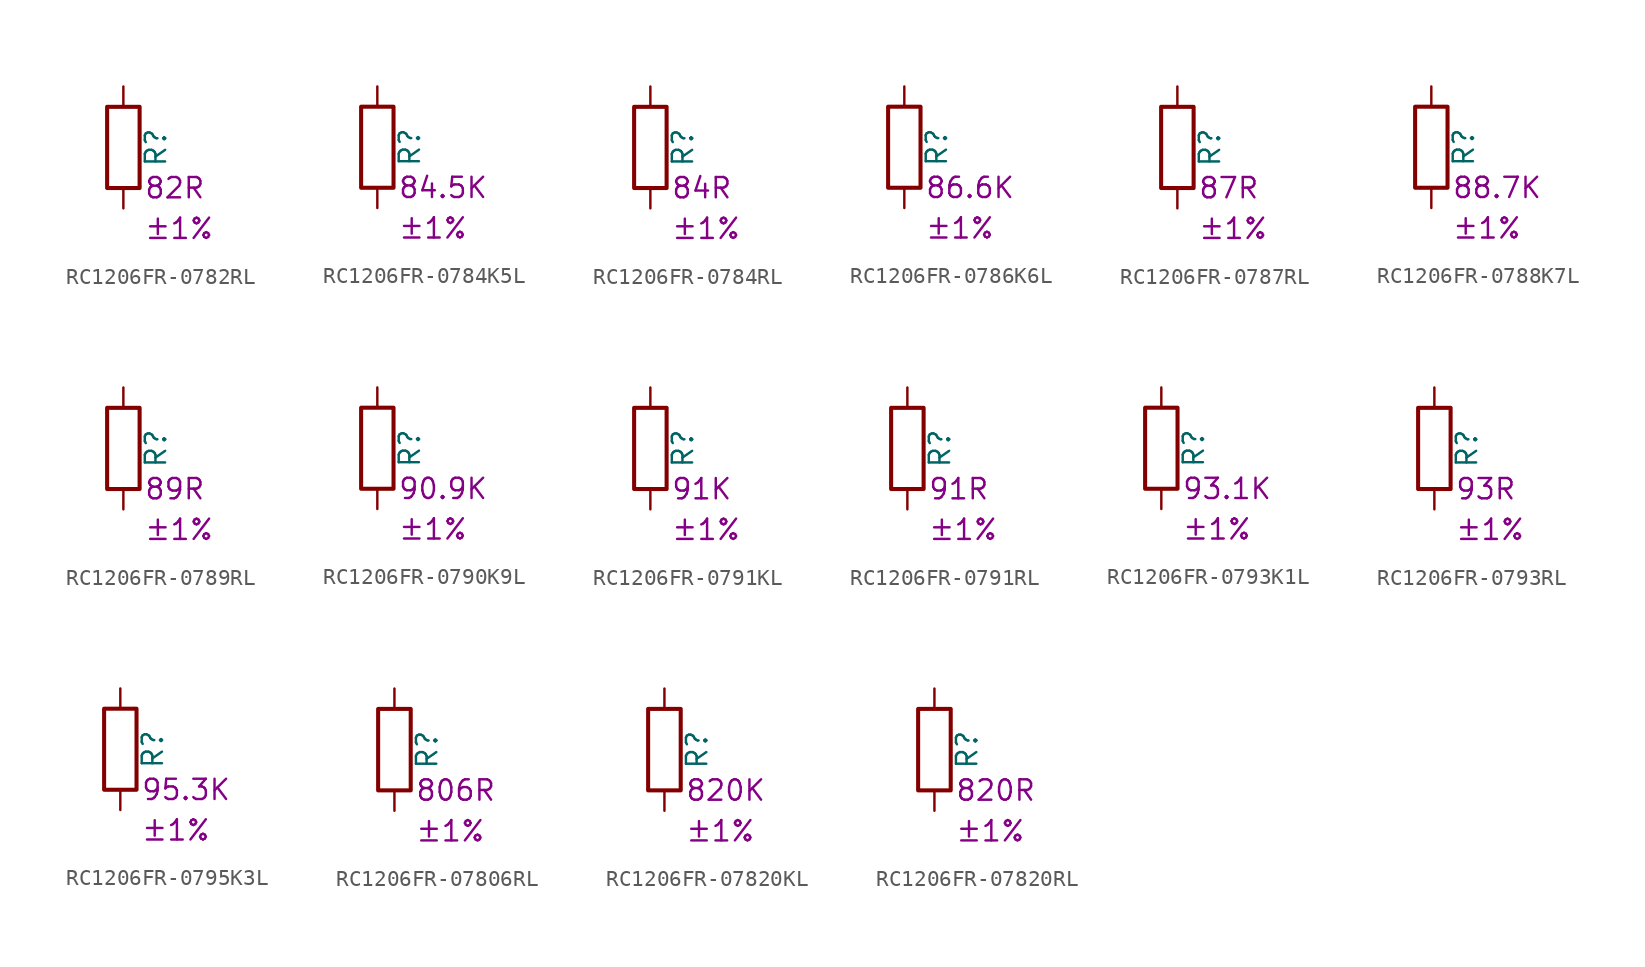
<source format=kicad_sym>
(kicad_symbol_lib
  (version 20220914)
  (generator kicad_symbol_editor)
  (symbol "RC1206FR-0782RL"
    (pin_numbers hide)
    (pin_names
      (offset 0))
    (property "Reference" "R"
      (at 2.032 0 90)
      (effects (font (size 1.27 1.27))))
    (property "Resistance" "82R"
      (at 1.27 -2.54 0)
      (effects (font (size 1.27 1.27)) (justify left)))
    (property "Tolerance" "±1%"
      (at 1.27 -5.08 0)
      (effects (font (size 1.27 1.27)) (justify left)))
    (symbol "RC1206FR-0782RL_0_1"
      (rectangle (start -1.016 -2.54) (end 1.016 2.54) (stroke (width 0.254) (type default)) (fill (type none))))
    (symbol "RC1206FR-0782RL_1_1"
      (pin passive line (at 0 3.81 270) (length 1.27) (name "~" (effects (font (size 1.27 1.27)))) (number "1" (effects (font (size 1.27 1.27)))))
      (pin passive line (at 0 -3.81 90) (length 1.27) (name "~" (effects (font (size 1.27 1.27)))) (number "2" (effects (font (size 1.27 1.27)))))))
  (symbol "RC1206FR-0784K5L"
    (pin_numbers hide)
    (pin_names
      (offset 0))
    (property "Reference" "R"
      (at 2.032 0 90)
      (effects (font (size 1.27 1.27))))
    (property "Resistance" "84.5K"
      (at 1.27 -2.54 0)
      (effects (font (size 1.27 1.27)) (justify left)))
    (property "Tolerance" "±1%"
      (at 1.27 -5.08 0)
      (effects (font (size 1.27 1.27)) (justify left)))
    (symbol "RC1206FR-0784K5L_0_1"
      (rectangle (start -1.016 -2.54) (end 1.016 2.54) (stroke (width 0.254) (type default)) (fill (type none))))
    (symbol "RC1206FR-0784K5L_1_1"
      (pin passive line (at 0 3.81 270) (length 1.27) (name "~" (effects (font (size 1.27 1.27)))) (number "1" (effects (font (size 1.27 1.27)))))
      (pin passive line (at 0 -3.81 90) (length 1.27) (name "~" (effects (font (size 1.27 1.27)))) (number "2" (effects (font (size 1.27 1.27)))))))
  (symbol "RC1206FR-0784RL"
    (pin_numbers hide)
    (pin_names
      (offset 0))
    (property "Reference" "R"
      (at 2.032 0 90)
      (effects (font (size 1.27 1.27))))
    (property "Resistance" "84R"
      (at 1.27 -2.54 0)
      (effects (font (size 1.27 1.27)) (justify left)))
    (property "Tolerance" "±1%"
      (at 1.27 -5.08 0)
      (effects (font (size 1.27 1.27)) (justify left)))
    (symbol "RC1206FR-0784RL_0_1"
      (rectangle (start -1.016 -2.54) (end 1.016 2.54) (stroke (width 0.254) (type default)) (fill (type none))))
    (symbol "RC1206FR-0784RL_1_1"
      (pin passive line (at 0 3.81 270) (length 1.27) (name "~" (effects (font (size 1.27 1.27)))) (number "1" (effects (font (size 1.27 1.27)))))
      (pin passive line (at 0 -3.81 90) (length 1.27) (name "~" (effects (font (size 1.27 1.27)))) (number "2" (effects (font (size 1.27 1.27)))))))
  (symbol "RC1206FR-0786K6L"
    (pin_numbers hide)
    (pin_names
      (offset 0))
    (property "Reference" "R"
      (at 2.032 0 90)
      (effects (font (size 1.27 1.27))))
    (property "Resistance" "86.6K"
      (at 1.27 -2.54 0)
      (effects (font (size 1.27 1.27)) (justify left)))
    (property "Tolerance" "±1%"
      (at 1.27 -5.08 0)
      (effects (font (size 1.27 1.27)) (justify left)))
    (symbol "RC1206FR-0786K6L_0_1"
      (rectangle (start -1.016 -2.54) (end 1.016 2.54) (stroke (width 0.254) (type default)) (fill (type none))))
    (symbol "RC1206FR-0786K6L_1_1"
      (pin passive line (at 0 3.81 270) (length 1.27) (name "~" (effects (font (size 1.27 1.27)))) (number "1" (effects (font (size 1.27 1.27)))))
      (pin passive line (at 0 -3.81 90) (length 1.27) (name "~" (effects (font (size 1.27 1.27)))) (number "2" (effects (font (size 1.27 1.27)))))))
  (symbol "RC1206FR-0787RL"
    (pin_numbers hide)
    (pin_names
      (offset 0))
    (property "Reference" "R"
      (at 2.032 0 90)
      (effects (font (size 1.27 1.27))))
    (property "Resistance" "87R"
      (at 1.27 -2.54 0)
      (effects (font (size 1.27 1.27)) (justify left)))
    (property "Tolerance" "±1%"
      (at 1.27 -5.08 0)
      (effects (font (size 1.27 1.27)) (justify left)))
    (symbol "RC1206FR-0787RL_0_1"
      (rectangle (start -1.016 -2.54) (end 1.016 2.54) (stroke (width 0.254) (type default)) (fill (type none))))
    (symbol "RC1206FR-0787RL_1_1"
      (pin passive line (at 0 3.81 270) (length 1.27) (name "~" (effects (font (size 1.27 1.27)))) (number "1" (effects (font (size 1.27 1.27)))))
      (pin passive line (at 0 -3.81 90) (length 1.27) (name "~" (effects (font (size 1.27 1.27)))) (number "2" (effects (font (size 1.27 1.27)))))))
  (symbol "RC1206FR-0788K7L"
    (pin_numbers hide)
    (pin_names
      (offset 0))
    (property "Reference" "R"
      (at 2.032 0 90)
      (effects (font (size 1.27 1.27))))
    (property "Resistance" "88.7K"
      (at 1.27 -2.54 0)
      (effects (font (size 1.27 1.27)) (justify left)))
    (property "Tolerance" "±1%"
      (at 1.27 -5.08 0)
      (effects (font (size 1.27 1.27)) (justify left)))
    (symbol "RC1206FR-0788K7L_0_1"
      (rectangle (start -1.016 -2.54) (end 1.016 2.54) (stroke (width 0.254) (type default)) (fill (type none))))
    (symbol "RC1206FR-0788K7L_1_1"
      (pin passive line (at 0 3.81 270) (length 1.27) (name "~" (effects (font (size 1.27 1.27)))) (number "1" (effects (font (size 1.27 1.27)))))
      (pin passive line (at 0 -3.81 90) (length 1.27) (name "~" (effects (font (size 1.27 1.27)))) (number "2" (effects (font (size 1.27 1.27)))))))
  (symbol "RC1206FR-0789RL"
    (pin_numbers hide)
    (pin_names
      (offset 0))
    (property "Reference" "R"
      (at 2.032 0 90)
      (effects (font (size 1.27 1.27))))
    (property "Resistance" "89R"
      (at 1.27 -2.54 0)
      (effects (font (size 1.27 1.27)) (justify left)))
    (property "Tolerance" "±1%"
      (at 1.27 -5.08 0)
      (effects (font (size 1.27 1.27)) (justify left)))
    (symbol "RC1206FR-0789RL_0_1"
      (rectangle (start -1.016 -2.54) (end 1.016 2.54) (stroke (width 0.254) (type default)) (fill (type none))))
    (symbol "RC1206FR-0789RL_1_1"
      (pin passive line (at 0 3.81 270) (length 1.27) (name "~" (effects (font (size 1.27 1.27)))) (number "1" (effects (font (size 1.27 1.27)))))
      (pin passive line (at 0 -3.81 90) (length 1.27) (name "~" (effects (font (size 1.27 1.27)))) (number "2" (effects (font (size 1.27 1.27)))))))
  (symbol "RC1206FR-0790K9L"
    (pin_numbers hide)
    (pin_names
      (offset 0))
    (property "Reference" "R"
      (at 2.032 0 90)
      (effects (font (size 1.27 1.27))))
    (property "Resistance" "90.9K"
      (at 1.27 -2.54 0)
      (effects (font (size 1.27 1.27)) (justify left)))
    (property "Tolerance" "±1%"
      (at 1.27 -5.08 0)
      (effects (font (size 1.27 1.27)) (justify left)))
    (symbol "RC1206FR-0790K9L_0_1"
      (rectangle (start -1.016 -2.54) (end 1.016 2.54) (stroke (width 0.254) (type default)) (fill (type none))))
    (symbol "RC1206FR-0790K9L_1_1"
      (pin passive line (at 0 3.81 270) (length 1.27) (name "~" (effects (font (size 1.27 1.27)))) (number "1" (effects (font (size 1.27 1.27)))))
      (pin passive line (at 0 -3.81 90) (length 1.27) (name "~" (effects (font (size 1.27 1.27)))) (number "2" (effects (font (size 1.27 1.27)))))))
  (symbol "RC1206FR-0791KL"
    (pin_numbers hide)
    (pin_names
      (offset 0))
    (property "Reference" "R"
      (at 2.032 0 90)
      (effects (font (size 1.27 1.27))))
    (property "Resistance" "91K"
      (at 1.27 -2.54 0)
      (effects (font (size 1.27 1.27)) (justify left)))
    (property "Tolerance" "±1%"
      (at 1.27 -5.08 0)
      (effects (font (size 1.27 1.27)) (justify left)))
    (symbol "RC1206FR-0791KL_0_1"
      (rectangle (start -1.016 -2.54) (end 1.016 2.54) (stroke (width 0.254) (type default)) (fill (type none))))
    (symbol "RC1206FR-0791KL_1_1"
      (pin passive line (at 0 3.81 270) (length 1.27) (name "~" (effects (font (size 1.27 1.27)))) (number "1" (effects (font (size 1.27 1.27)))))
      (pin passive line (at 0 -3.81 90) (length 1.27) (name "~" (effects (font (size 1.27 1.27)))) (number "2" (effects (font (size 1.27 1.27)))))))
  (symbol "RC1206FR-0791RL"
    (pin_numbers hide)
    (pin_names
      (offset 0))
    (property "Reference" "R"
      (at 2.032 0 90)
      (effects (font (size 1.27 1.27))))
    (property "Resistance" "91R"
      (at 1.27 -2.54 0)
      (effects (font (size 1.27 1.27)) (justify left)))
    (property "Tolerance" "±1%"
      (at 1.27 -5.08 0)
      (effects (font (size 1.27 1.27)) (justify left)))
    (symbol "RC1206FR-0791RL_0_1"
      (rectangle (start -1.016 -2.54) (end 1.016 2.54) (stroke (width 0.254) (type default)) (fill (type none))))
    (symbol "RC1206FR-0791RL_1_1"
      (pin passive line (at 0 3.81 270) (length 1.27) (name "~" (effects (font (size 1.27 1.27)))) (number "1" (effects (font (size 1.27 1.27)))))
      (pin passive line (at 0 -3.81 90) (length 1.27) (name "~" (effects (font (size 1.27 1.27)))) (number "2" (effects (font (size 1.27 1.27)))))))
  (symbol "RC1206FR-0793K1L"
    (pin_numbers hide)
    (pin_names
      (offset 0))
    (property "Reference" "R"
      (at 2.032 0 90)
      (effects (font (size 1.27 1.27))))
    (property "Resistance" "93.1K"
      (at 1.27 -2.54 0)
      (effects (font (size 1.27 1.27)) (justify left)))
    (property "Tolerance" "±1%"
      (at 1.27 -5.08 0)
      (effects (font (size 1.27 1.27)) (justify left)))
    (symbol "RC1206FR-0793K1L_0_1"
      (rectangle (start -1.016 -2.54) (end 1.016 2.54) (stroke (width 0.254) (type default)) (fill (type none))))
    (symbol "RC1206FR-0793K1L_1_1"
      (pin passive line (at 0 3.81 270) (length 1.27) (name "~" (effects (font (size 1.27 1.27)))) (number "1" (effects (font (size 1.27 1.27)))))
      (pin passive line (at 0 -3.81 90) (length 1.27) (name "~" (effects (font (size 1.27 1.27)))) (number "2" (effects (font (size 1.27 1.27)))))))
  (symbol "RC1206FR-0793RL"
    (pin_numbers hide)
    (pin_names
      (offset 0))
    (property "Reference" "R"
      (at 2.032 0 90)
      (effects (font (size 1.27 1.27))))
    (property "Resistance" "93R"
      (at 1.27 -2.54 0)
      (effects (font (size 1.27 1.27)) (justify left)))
    (property "Tolerance" "±1%"
      (at 1.27 -5.08 0)
      (effects (font (size 1.27 1.27)) (justify left)))
    (symbol "RC1206FR-0793RL_0_1"
      (rectangle (start -1.016 -2.54) (end 1.016 2.54) (stroke (width 0.254) (type default)) (fill (type none))))
    (symbol "RC1206FR-0793RL_1_1"
      (pin passive line (at 0 3.81 270) (length 1.27) (name "~" (effects (font (size 1.27 1.27)))) (number "1" (effects (font (size 1.27 1.27)))))
      (pin passive line (at 0 -3.81 90) (length 1.27) (name "~" (effects (font (size 1.27 1.27)))) (number "2" (effects (font (size 1.27 1.27)))))))
  (symbol "RC1206FR-0795K3L"
    (pin_numbers hide)
    (pin_names
      (offset 0))
    (property "Reference" "R"
      (at 2.032 0 90)
      (effects (font (size 1.27 1.27))))
    (property "Resistance" "95.3K"
      (at 1.27 -2.54 0)
      (effects (font (size 1.27 1.27)) (justify left)))
    (property "Tolerance" "±1%"
      (at 1.27 -5.08 0)
      (effects (font (size 1.27 1.27)) (justify left)))
    (symbol "RC1206FR-0795K3L_0_1"
      (rectangle (start -1.016 -2.54) (end 1.016 2.54) (stroke (width 0.254) (type default)) (fill (type none))))
    (symbol "RC1206FR-0795K3L_1_1"
      (pin passive line (at 0 3.81 270) (length 1.27) (name "~" (effects (font (size 1.27 1.27)))) (number "1" (effects (font (size 1.27 1.27)))))
      (pin passive line (at 0 -3.81 90) (length 1.27) (name "~" (effects (font (size 1.27 1.27)))) (number "2" (effects (font (size 1.27 1.27)))))))
  (symbol "RC1206FR-07806RL"
    (pin_numbers hide)
    (pin_names
      (offset 0))
    (property "Reference" "R"
      (at 2.032 0 90)
      (effects (font (size 1.27 1.27))))
    (property "Resistance" "806R"
      (at 1.27 -2.54 0)
      (effects (font (size 1.27 1.27)) (justify left)))
    (property "Tolerance" "±1%"
      (at 1.27 -5.08 0)
      (effects (font (size 1.27 1.27)) (justify left)))
    (symbol "RC1206FR-07806RL_0_1"
      (rectangle (start -1.016 -2.54) (end 1.016 2.54) (stroke (width 0.254) (type default)) (fill (type none))))
    (symbol "RC1206FR-07806RL_1_1"
      (pin passive line (at 0 3.81 270) (length 1.27) (name "~" (effects (font (size 1.27 1.27)))) (number "1" (effects (font (size 1.27 1.27)))))
      (pin passive line (at 0 -3.81 90) (length 1.27) (name "~" (effects (font (size 1.27 1.27)))) (number "2" (effects (font (size 1.27 1.27)))))))
  (symbol "RC1206FR-07820KL"
    (pin_numbers hide)
    (pin_names
      (offset 0))
    (property "Reference" "R"
      (at 2.032 0 90)
      (effects (font (size 1.27 1.27))))
    (property "Resistance" "820K"
      (at 1.27 -2.54 0)
      (effects (font (size 1.27 1.27)) (justify left)))
    (property "Tolerance" "±1%"
      (at 1.27 -5.08 0)
      (effects (font (size 1.27 1.27)) (justify left)))
    (symbol "RC1206FR-07820KL_0_1"
      (rectangle (start -1.016 -2.54) (end 1.016 2.54) (stroke (width 0.254) (type default)) (fill (type none))))
    (symbol "RC1206FR-07820KL_1_1"
      (pin passive line (at 0 3.81 270) (length 1.27) (name "~" (effects (font (size 1.27 1.27)))) (number "1" (effects (font (size 1.27 1.27)))))
      (pin passive line (at 0 -3.81 90) (length 1.27) (name "~" (effects (font (size 1.27 1.27)))) (number "2" (effects (font (size 1.27 1.27)))))))
  (symbol "RC1206FR-07820RL"
    (pin_numbers hide)
    (pin_names
      (offset 0))
    (property "Reference" "R"
      (at 2.032 0 90)
      (effects (font (size 1.27 1.27))))
    (property "Resistance" "820R"
      (at 1.27 -2.54 0)
      (effects (font (size 1.27 1.27)) (justify left)))
    (property "Tolerance" "±1%"
      (at 1.27 -5.08 0)
      (effects (font (size 1.27 1.27)) (justify left)))
    (symbol "RC1206FR-07820RL_0_1"
      (rectangle (start -1.016 -2.54) (end 1.016 2.54) (stroke (width 0.254) (type default)) (fill (type none))))
    (symbol "RC1206FR-07820RL_1_1"
      (pin passive line (at 0 3.81 270) (length 1.27) (name "~" (effects (font (size 1.27 1.27)))) (number "1" (effects (font (size 1.27 1.27)))))
      (pin passive line (at 0 -3.81 90) (length 1.27) (name "~" (effects (font (size 1.27 1.27)))) (number "2" (effects (font (size 1.27 1.27))))))))
</source>
